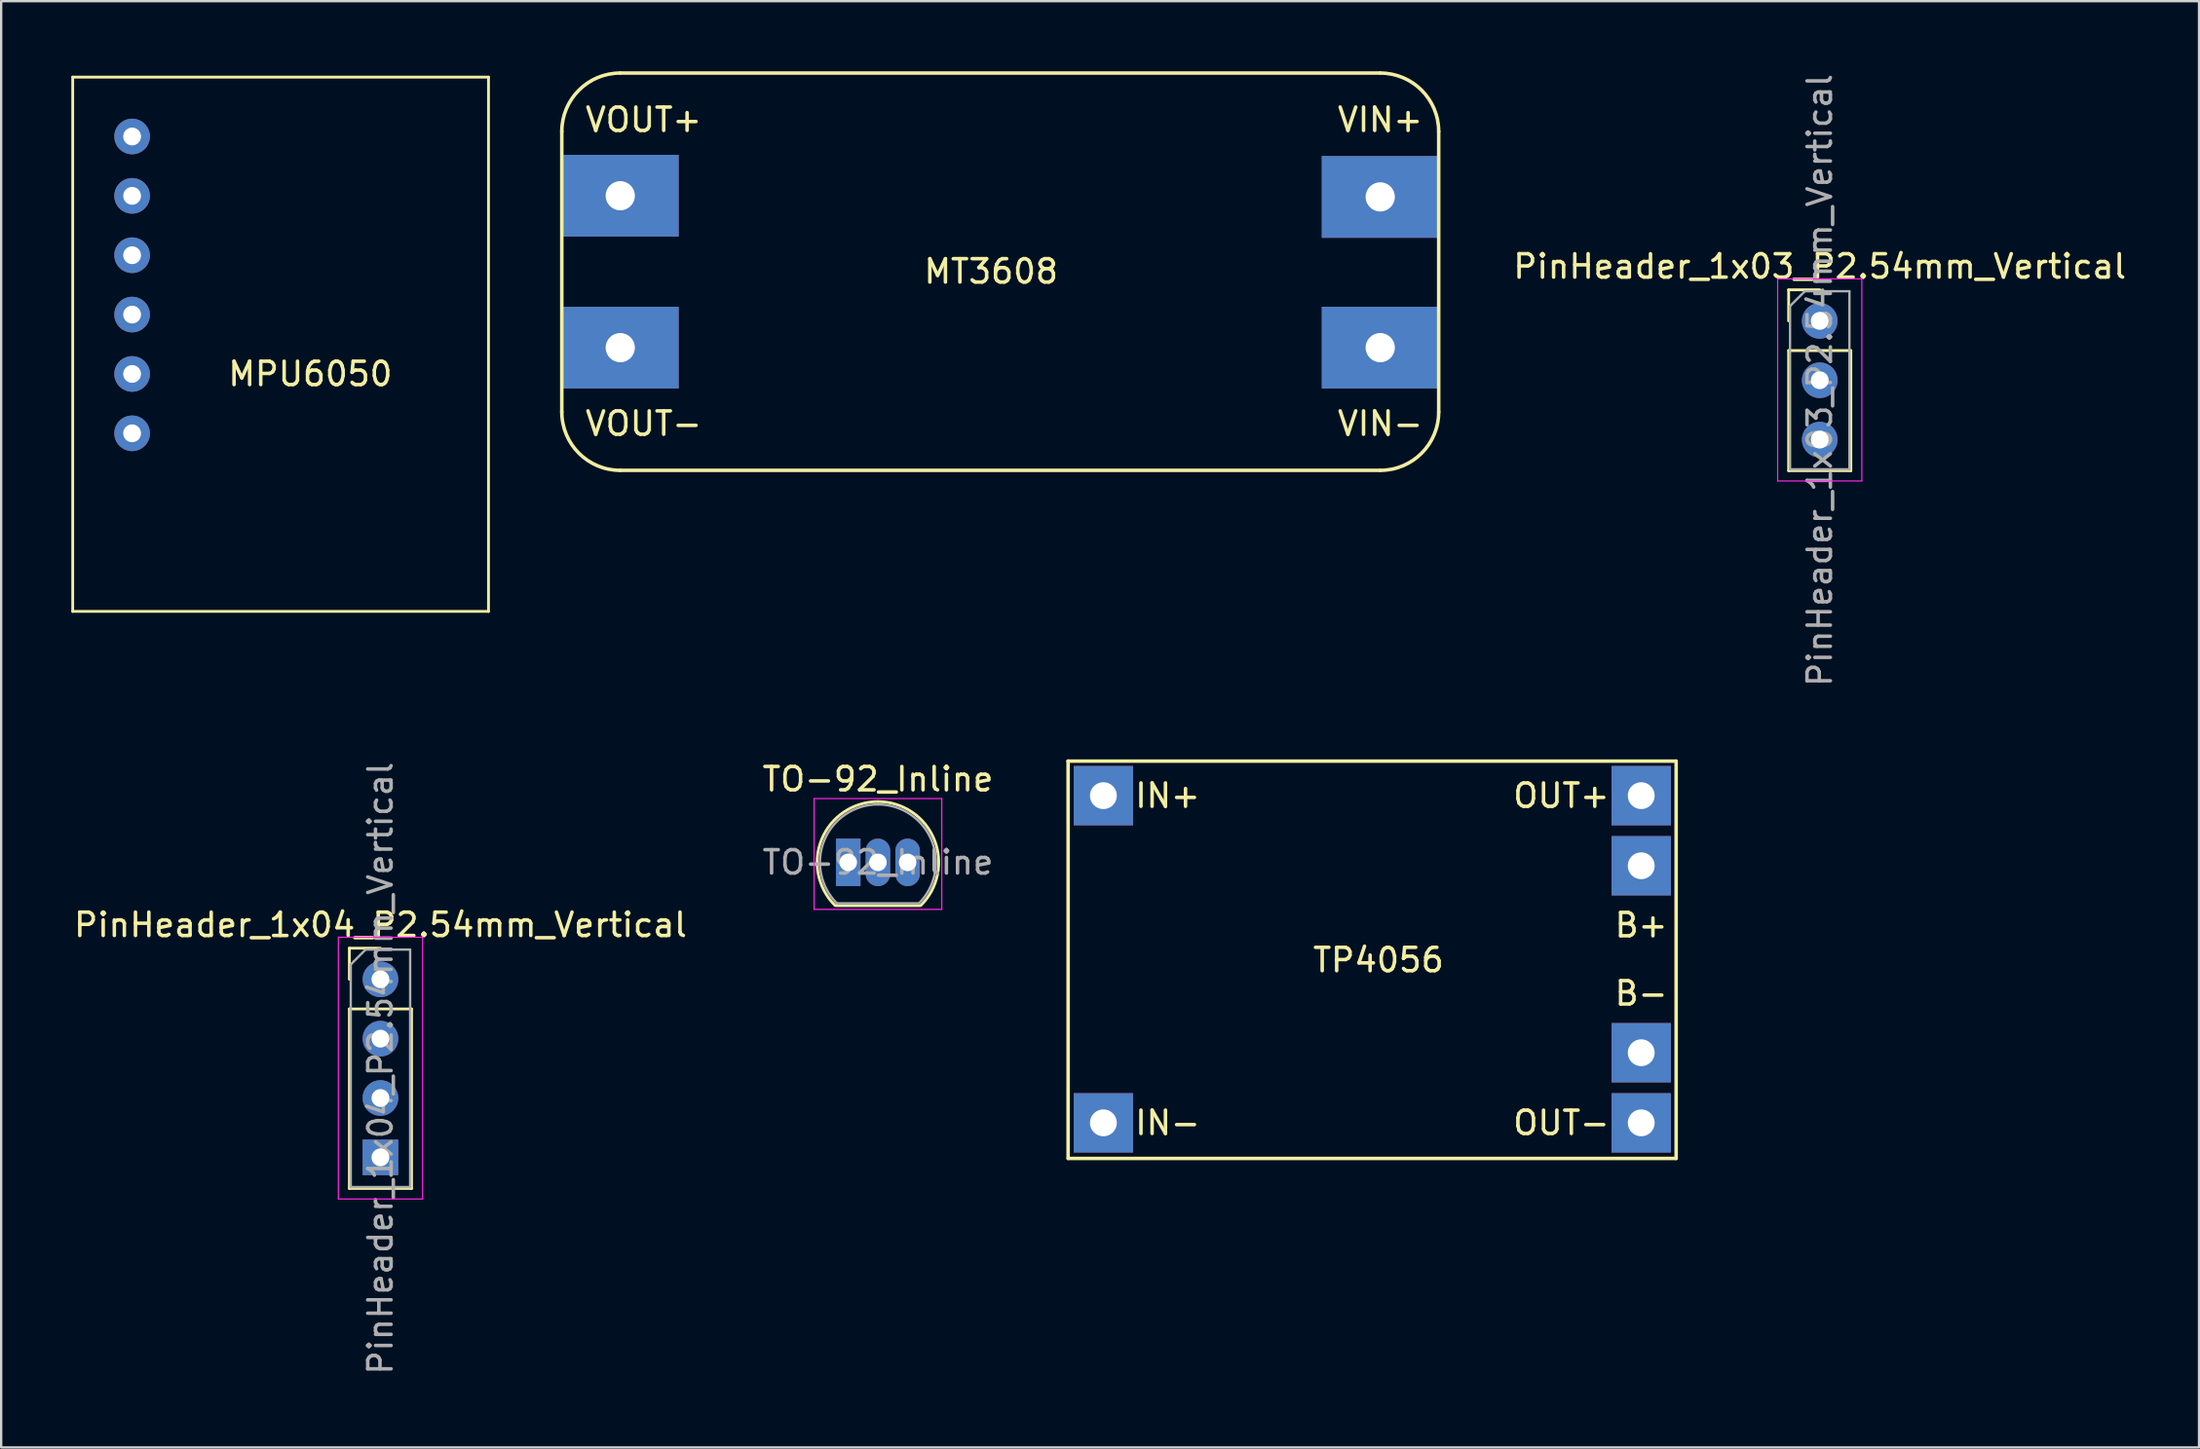
<source format=kicad_pcb>
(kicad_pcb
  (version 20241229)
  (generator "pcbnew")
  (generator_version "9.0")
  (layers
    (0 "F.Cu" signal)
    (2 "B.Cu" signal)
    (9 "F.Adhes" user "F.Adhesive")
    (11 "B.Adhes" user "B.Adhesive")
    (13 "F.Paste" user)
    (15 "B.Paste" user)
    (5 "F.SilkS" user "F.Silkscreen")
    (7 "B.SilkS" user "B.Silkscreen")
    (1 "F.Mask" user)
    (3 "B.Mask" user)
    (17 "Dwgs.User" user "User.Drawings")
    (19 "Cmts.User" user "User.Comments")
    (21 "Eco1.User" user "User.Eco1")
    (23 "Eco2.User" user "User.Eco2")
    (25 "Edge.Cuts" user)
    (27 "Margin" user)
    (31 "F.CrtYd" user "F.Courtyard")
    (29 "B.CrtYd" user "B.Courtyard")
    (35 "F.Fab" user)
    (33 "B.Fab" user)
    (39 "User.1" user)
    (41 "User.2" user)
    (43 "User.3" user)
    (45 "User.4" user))
  (footprint "TP4056"
    (layer "F.Cu")
    (at 55.923 38.015)
    (property "Reference" "TP4056" (at -0.025 0.013 0) (layer "F.SilkS") (effects (font (size 1 1) (thickness 0.15))))
    (attr through_hole)
    (fp_line (start -13.3 -8.5) (end 12.7 -8.5) (stroke (width 0.15) (type solid)) (layer "F.SilkS"))
    (fp_line (start -13.296 8.5) (end -13.296 -8.5) (stroke (width 0.15) (type solid)) (layer "F.SilkS"))
    (fp_line (start -13.29 8.5) (end 12.7 8.5) (stroke (width 0.15) (type solid)) (layer "F.SilkS"))
    (fp_line (start 12.706 -8.5) (end 12.706 8.5) (stroke (width 0.15) (type solid)) (layer "F.SilkS"))
    (fp_text user "B+" (at 11.213 -1.481 0) (layer "F.SilkS") (effects (font (size 1 1) (thickness 0.15))))
    (fp_text user "OUT+" (at 9.943 -7.021 0) (layer "F.SilkS") (effects (font (size 1 1) (thickness 0.15)) (justify right)))
    (fp_text user "OUT-" (at 9.943 6.979 0) (layer "F.SilkS") (effects (font (size 1 1) (thickness 0.15)) (justify right)))
    (fp_text user "IN-" (at -10.517 6.979 0) (layer "F.SilkS") (effects (font (size 1 1) (thickness 0.15)) (justify left)))
    (fp_text user "B-" (at 11.213 1.439 0) (layer "F.SilkS") (effects (font (size 1 1) (thickness 0.15))))
    (fp_text user "IN+" (at -10.517 -7.021 0) (layer "F.SilkS") (effects (font (size 1 1) (thickness 0.15)) (justify left)))
    (pad "1" thru_hole rect (at -11.787 -7.021) (size 2.54 2.54) (drill 1.15) (layers "*.Cu" "*.Mask"))
    (pad "2" thru_hole rect (at -11.787 6.979) (size 2.54 2.54) (drill 1.15) (layers "*.Cu" "*.Mask"))
    (pad "3" thru_hole rect (at 11.213 -7.021) (size 2.54 2.54) (drill 1.15) (layers "*.Cu" "*.Mask"))
    (pad "4" thru_hole rect (at 11.213 6.979) (size 2.54 2.54) (drill 1.15) (layers "*.Cu" "*.Mask"))
    (pad "5" thru_hole rect (at 11.213 -4.021) (size 2.54 2.54) (drill 1.15) (layers "*.Cu" "*.Mask"))
    (pad "6" thru_hole rect (at 11.213 3.979) (size 2.54 2.54) (drill 1.15) (layers "*.Cu" "*.Mask")))
  (footprint "PinHeader_1x03_P2.54mm_Vertical"
    (layer "F.Cu")
    (at 74.77 10.68)
    (property "Reference" "PinHeader_1x03_P2.54mm_Vertical" (at 0 -2.33 0) (layer "F.SilkS") (effects (font (size 1 1) (thickness 0.15))))
    (attr through_hole)
    (fp_line (start -1.33 -1.33) (end 0 -1.33) (stroke (width 0.12) (type solid)) (layer "F.SilkS"))
    (fp_line (start -1.33 0) (end -1.33 -1.33) (stroke (width 0.12) (type solid)) (layer "F.SilkS"))
    (fp_line (start -1.33 1.27) (end -1.33 6.41) (stroke (width 0.12) (type solid)) (layer "F.SilkS"))
    (fp_line (start -1.33 1.27) (end 1.33 1.27) (stroke (width 0.12) (type solid)) (layer "F.SilkS"))
    (fp_line (start -1.33 6.41) (end 1.33 6.41) (stroke (width 0.12) (type solid)) (layer "F.SilkS"))
    (fp_line (start 1.33 1.27) (end 1.33 6.41) (stroke (width 0.12) (type solid)) (layer "F.SilkS"))
    (fp_line (start -1.8 -1.8) (end -1.8 6.85) (stroke (width 0.05) (type solid)) (layer "F.CrtYd"))
    (fp_line (start -1.8 6.85) (end 1.8 6.85) (stroke (width 0.05) (type solid)) (layer "F.CrtYd"))
    (fp_line (start 1.8 -1.8) (end -1.8 -1.8) (stroke (width 0.05) (type solid)) (layer "F.CrtYd"))
    (fp_line (start 1.8 6.85) (end 1.8 -1.8) (stroke (width 0.05) (type solid)) (layer "F.CrtYd"))
    (fp_line (start -1.27 -0.635) (end -0.635 -1.27) (stroke (width 0.1) (type solid)) (layer "F.Fab"))
    (fp_line (start -1.27 6.35) (end -1.27 -0.635) (stroke (width 0.1) (type solid)) (layer "F.Fab"))
    (fp_line (start -0.635 -1.27) (end 1.27 -1.27) (stroke (width 0.1) (type solid)) (layer "F.Fab"))
    (fp_line (start 1.27 -1.27) (end 1.27 6.35) (stroke (width 0.1) (type solid)) (layer "F.Fab"))
    (fp_line (start 1.27 6.35) (end -1.27 6.35) (stroke (width 0.1) (type solid)) (layer "F.Fab"))
    (fp_text user "${REFERENCE}" (at 0 2.54 90) (layer "F.Fab") (effects (font (size 1 1) (thickness 0.15))))
    (pad "1" thru_hole circle (at 0 0) (size 1.524 1.524) (drill 0.762) (layers "*.Cu" "*.Mask"))
    (pad "2" thru_hole circle (at 0 2.54) (size 1.524 1.524) (drill 0.762) (layers "*.Cu" "*.Mask"))
    (pad "3" thru_hole circle (at 0 5.08) (size 1.524 1.524) (drill 0.762) (layers "*.Cu" "*.Mask")))
  (footprint "TO-92_Inline"
    (layer "F.Cu")
    (at 33.224 33.849)
    (property "Reference" "TO-92_Inline" (at 1.27 -3.56 0) (layer "F.SilkS") (effects (font (size 1 1) (thickness 0.15))))
    (attr through_hole)
    (fp_line (start -0.53 1.85) (end 3.07 1.85) (stroke (width 0.12) (type solid)) (layer "F.SilkS"))
    (fp_arc (start -0.568478 1.838478) (mid -1.132087 -0.994977) (end 1.27 -2.6) (stroke (width 0.12) (type solid)) (layer "F.SilkS"))
    (fp_arc (start 1.27 -2.6) (mid 3.672087 -0.994977) (end 3.108478 1.838478) (stroke (width 0.12) (type solid)) (layer "F.SilkS"))
    (fp_line (start -1.46 -2.73) (end -1.46 2.01) (stroke (width 0.05) (type solid)) (layer "F.CrtYd"))
    (fp_line (start -1.46 -2.73) (end 4 -2.73) (stroke (width 0.05) (type solid)) (layer "F.CrtYd"))
    (fp_line (start 4 2.01) (end -1.46 2.01) (stroke (width 0.05) (type solid)) (layer "F.CrtYd"))
    (fp_line (start 4 2.01) (end 4 -2.73) (stroke (width 0.05) (type solid)) (layer "F.CrtYd"))
    (fp_line (start -0.5 1.75) (end 3 1.75) (stroke (width 0.1) (type solid)) (layer "F.Fab"))
    (fp_arc (start -0.483625 1.753625) (mid -1.021221 -0.949055) (end 1.27 -2.48) (stroke (width 0.1) (type solid)) (layer "F.Fab"))
    (fp_arc (start 1.27 -2.48) (mid 3.561221 -0.949055) (end 3.023625 1.753625) (stroke (width 0.1) (type solid)) (layer "F.Fab"))
    (fp_text user "${REFERENCE}" (at 1.27 0 0) (layer "F.Fab") (effects (font (size 1 1) (thickness 0.15))))
    (pad "1" thru_hole rect (at 0 0) (size 1.05 2.032) (drill 0.75) (layers "*.Cu" "*.Mask"))
    (pad "2" thru_hole oval (at 1.27 0) (size 1.05 2.032) (drill 0.75) (layers "*.Cu" "*.Mask"))
    (pad "3" thru_hole oval (at 2.54 0) (size 1.05 2.032) (drill 0.75) (layers "*.Cu" "*.Mask")))
  (footprint "MT3608"
    (layer "F.Cu")
    (at 39.346 8.677)
    (property "Reference" "MT3608" (at -0.013 -0.114 180) (layer "F.SilkS") (effects (font (size 1 1) (thickness 0.15))))
    (attr through_hole)
    (fp_line (start -18.371 -6.102) (end -18.371 5.898) (stroke (width 0.15) (type solid)) (layer "F.SilkS"))
    (fp_line (start -15.871 8.398) (end 16.629 8.398) (stroke (width 0.15) (type solid)) (layer "F.SilkS"))
    (fp_line (start 16.629 -8.602) (end -15.871 -8.602) (stroke (width 0.15) (type solid)) (layer "F.SilkS"))
    (fp_line (start 19.129 5.898) (end 19.129 -6.102) (stroke (width 0.15) (type solid)) (layer "F.SilkS"))
    (fp_arc (start -18.3711 -6.1016) (mid -17.638867 -7.869367) (end -15.8711 -8.6016) (stroke (width 0.15) (type solid)) (layer "F.SilkS"))
    (fp_arc (start -15.8711 8.3984) (mid -17.638867 7.666167) (end -18.3711 5.8984) (stroke (width 0.15) (type solid)) (layer "F.SilkS"))
    (fp_arc (start 16.6289 -8.6016) (mid 18.396667 -7.869367) (end 19.1289 -6.1016) (stroke (width 0.15) (type solid)) (layer "F.SilkS"))
    (fp_arc (start 19.1289 5.8984) (mid 18.396667 7.666167) (end 16.6289 8.3984) (stroke (width 0.15) (type solid)) (layer "F.SilkS"))
    (fp_text user "VOUT-" (at -14.871 6.398 0) (layer "F.SilkS") (effects (font (size 1 1) (thickness 0.15))))
    (fp_text user "VIN+" (at 16.629 -6.602 0) (layer "F.SilkS") (effects (font (size 1 1) (thickness 0.15))))
    (fp_text user "VIN-" (at 16.629 6.398 0) (layer "F.SilkS") (effects (font (size 1 1) (thickness 0.15))))
    (fp_text user "VOUT+" (at -14.871 -6.602 0) (layer "F.SilkS") (effects (font (size 1 1) (thickness 0.15))))
    (pad "1" thru_hole rect (at 16.629 -3.302 180) (size 5 3.5) (drill 1.25) (layers "*.Cu" "*.Mask"))
    (pad "2" thru_hole rect (at 16.629 3.148 180) (size 5 3.5) (drill 1.25) (layers "*.Cu" "*.Mask"))
    (pad "3" thru_hole rect (at -15.871 -3.352 180) (size 5 3.5) (drill 1.25) (layers "*.Cu" "*.Mask"))
    (pad "4" thru_hole rect (at -15.871 3.148 180) (size 5 3.5) (drill 1.25) (layers "*.Cu" "*.Mask")))
  (footprint "MPU6050"
    (layer "F.Cu")
    (at 2.6 0.25)
    (property "Reference" "MPU6050" (at 7.62 12.7 0) (layer "F.SilkS") (effects (font (size 1 1) (thickness 0.15))))
    (attr through_hole)
    (fp_line (start -2.54 0) (end -2.54 22.86) (stroke (width 0.12) (type solid)) (layer "F.SilkS"))
    (fp_line (start -2.54 22.86) (end 15.24 22.86) (stroke (width 0.12) (type solid)) (layer "F.SilkS"))
    (fp_line (start 15.24 0) (end -2.54 0) (stroke (width 0.12) (type solid)) (layer "F.SilkS"))
    (fp_line (start 15.24 22.86) (end 15.24 0) (stroke (width 0.12) (type solid)) (layer "F.SilkS"))
    (pad "1" thru_hole circle (at 0 2.54) (size 1.524 1.524) (drill 0.762) (layers "*.Cu" "*.Mask"))
    (pad "2" thru_hole circle (at 0 5.08) (size 1.524 1.524) (drill 0.762) (layers "*.Cu" "*.Mask"))
    (pad "3" thru_hole circle (at 0 7.62) (size 1.524 1.524) (drill 0.762) (layers "*.Cu" "*.Mask"))
    (pad "4" thru_hole circle (at 0 10.16) (size 1.524 1.524) (drill 0.762) (layers "*.Cu" "*.Mask"))
    (pad "5" thru_hole circle (at 0 12.7) (size 1.524 1.524) (drill 0.762) (layers "*.Cu" "*.Mask"))
    (pad "6" thru_hole circle (at 0 15.24) (size 1.524 1.524) (drill 0.762) (layers "*.Cu" "*.Mask")))
  (footprint "PinHeader_1x04_P2.54mm_Vertical"
    (layer "F.Cu")
    (at 13.22 38.851)
    (property "Reference" "PinHeader_1x04_P2.54mm_Vertical" (at 0 -2.33 0) (layer "F.SilkS") (effects (font (size 1 1) (thickness 0.15))))
    (attr through_hole)
    (fp_line (start -1.33 -1.33) (end 0 -1.33) (stroke (width 0.12) (type solid)) (layer "F.SilkS"))
    (fp_line (start -1.33 0) (end -1.33 -1.33) (stroke (width 0.12) (type solid)) (layer "F.SilkS"))
    (fp_line (start -1.33 1.27) (end -1.33 8.95) (stroke (width 0.12) (type solid)) (layer "F.SilkS"))
    (fp_line (start -1.33 1.27) (end 1.33 1.27) (stroke (width 0.12) (type solid)) (layer "F.SilkS"))
    (fp_line (start -1.33 8.95) (end 1.33 8.95) (stroke (width 0.12) (type solid)) (layer "F.SilkS"))
    (fp_line (start 1.33 1.27) (end 1.33 8.95) (stroke (width 0.12) (type solid)) (layer "F.SilkS"))
    (fp_line (start -1.8 -1.8) (end -1.8 9.4) (stroke (width 0.05) (type solid)) (layer "F.CrtYd"))
    (fp_line (start -1.8 9.4) (end 1.8 9.4) (stroke (width 0.05) (type solid)) (layer "F.CrtYd"))
    (fp_line (start 1.8 -1.8) (end -1.8 -1.8) (stroke (width 0.05) (type solid)) (layer "F.CrtYd"))
    (fp_line (start 1.8 9.4) (end 1.8 -1.8) (stroke (width 0.05) (type solid)) (layer "F.CrtYd"))
    (fp_line (start -1.27 -0.635) (end -0.635 -1.27) (stroke (width 0.1) (type solid)) (layer "F.Fab"))
    (fp_line (start -1.27 8.89) (end -1.27 -0.635) (stroke (width 0.1) (type solid)) (layer "F.Fab"))
    (fp_line (start -0.635 -1.27) (end 1.27 -1.27) (stroke (width 0.1) (type solid)) (layer "F.Fab"))
    (fp_line (start 1.27 -1.27) (end 1.27 8.89) (stroke (width 0.1) (type solid)) (layer "F.Fab"))
    (fp_line (start 1.27 8.89) (end -1.27 8.89) (stroke (width 0.1) (type solid)) (layer "F.Fab"))
    (fp_text user "${REFERENCE}" (at 0 3.81 90) (layer "F.Fab") (effects (font (size 1 1) (thickness 0.15))))
    (pad "1" thru_hole circle (at 0 0) (size 1.524 1.524) (drill 0.762) (layers "*.Cu" "*.Mask"))
    (pad "2" thru_hole circle (at 0 2.54) (size 1.524 1.524) (drill 0.762) (layers "*.Cu" "*.Mask"))
    (pad "3" thru_hole circle (at 0 5.08) (size 1.524 1.524) (drill 0.762) (layers "*.Cu" "*.Mask"))
    (pad "4" thru_hole rect (at 0 7.62) (size 1.524 1.524) (drill 0.762) (layers "*.Cu" "*.Mask")))
  (gr_rect
    (start -3 -3)
    (end 90.99 58.881)
    (stroke (width 0.1) (type default))
    (fill no)
    (layer "Edge.Cuts")))
</source>
